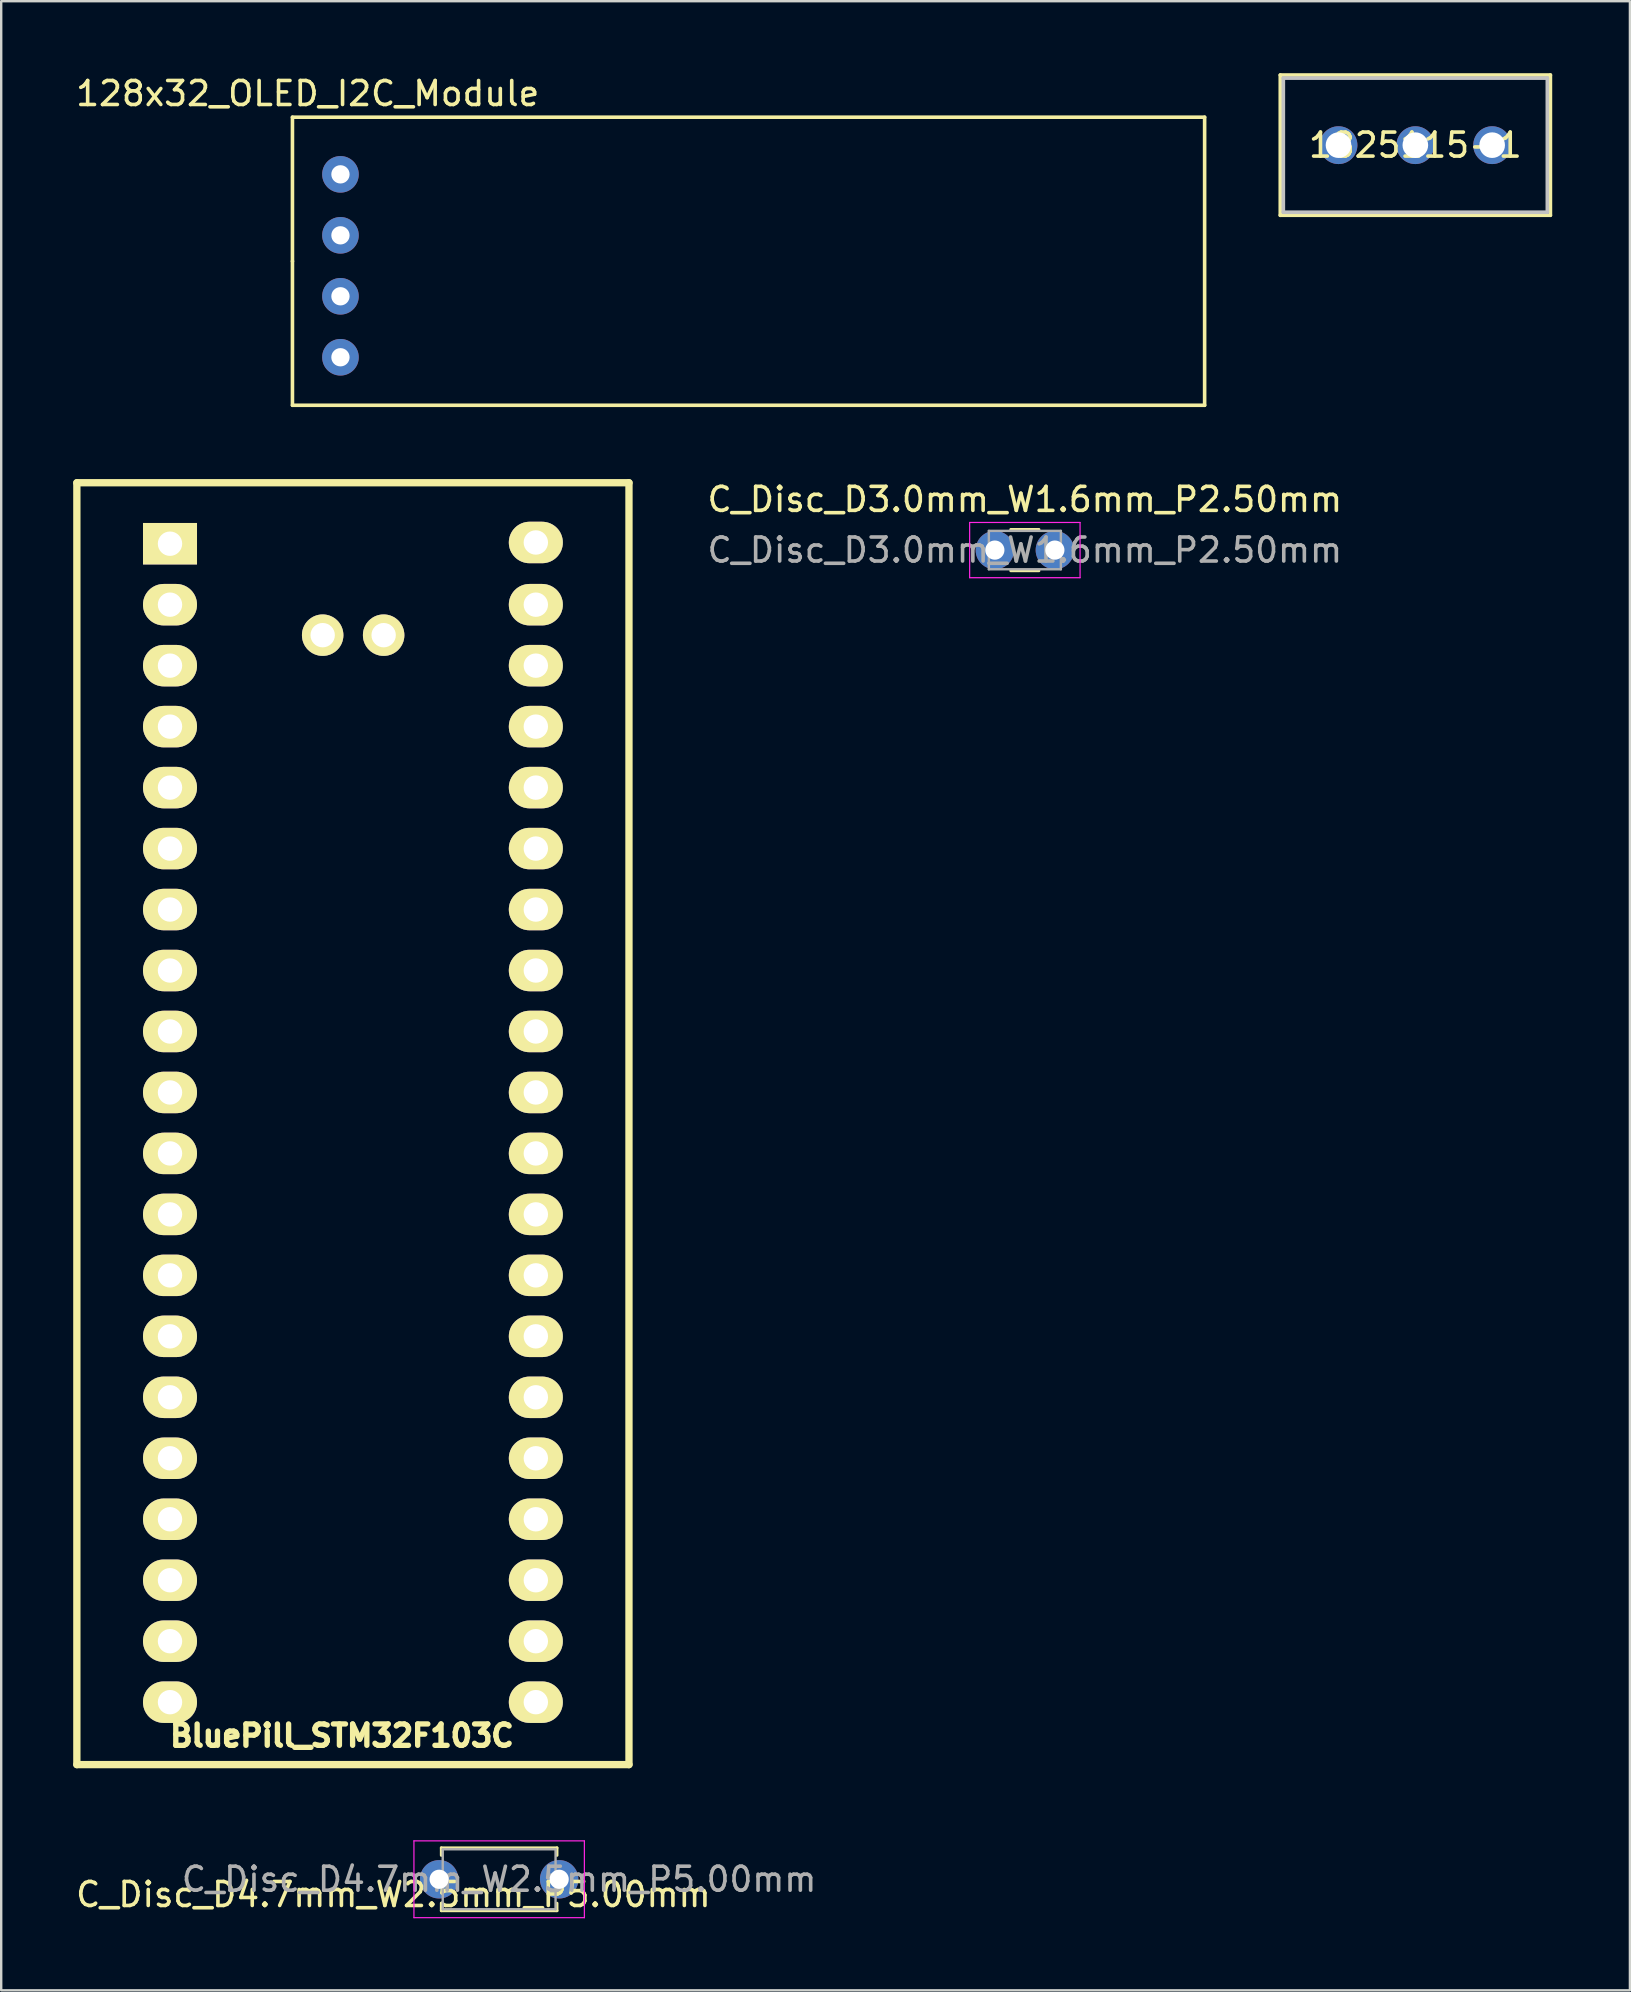
<source format=kicad_pcb>
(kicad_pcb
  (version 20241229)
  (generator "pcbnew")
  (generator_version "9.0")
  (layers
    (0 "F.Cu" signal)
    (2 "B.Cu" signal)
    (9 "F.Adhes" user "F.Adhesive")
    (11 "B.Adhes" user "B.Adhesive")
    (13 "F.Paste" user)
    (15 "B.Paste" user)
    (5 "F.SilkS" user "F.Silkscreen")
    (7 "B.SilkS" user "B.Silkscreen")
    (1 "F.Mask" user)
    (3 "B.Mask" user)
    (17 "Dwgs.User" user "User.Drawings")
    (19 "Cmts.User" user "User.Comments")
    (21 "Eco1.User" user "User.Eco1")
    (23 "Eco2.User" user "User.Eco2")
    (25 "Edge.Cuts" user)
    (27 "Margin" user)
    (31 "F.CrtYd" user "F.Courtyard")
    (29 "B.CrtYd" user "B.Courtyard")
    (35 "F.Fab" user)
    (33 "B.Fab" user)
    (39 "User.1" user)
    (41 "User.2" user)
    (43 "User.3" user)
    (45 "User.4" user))
  (footprint "BluePill_STM32F103C"
    (layer "F.Cu")
    (at 4.032 19.651)
    (property "Reference" "BluePill_STM32F103C" (at 7.163 49.606 180) (layer "F.SilkS") (effects (font (size 0.889 0.889) (thickness 0.305))))
    (attr through_hole)
    (fp_line (start -3.88 -2.59) (end 19.12 -2.59) (stroke (width 0.305) (type solid)) (layer "F.SilkS"))
    (fp_line (start -3.88 50.81) (end -3.88 -2.59) (stroke (width 0.305) (type solid)) (layer "F.SilkS"))
    (fp_line (start 19.12 -2.59) (end 19.12 50.81) (stroke (width 0.305) (type solid)) (layer "F.SilkS"))
    (fp_line (start 19.12 50.81) (end -3.88 50.81) (stroke (width 0.305) (type solid)) (layer "F.SilkS"))
    (pad "1" thru_hole rect (at 0 -0.051 270) (size 1.727 2.25) (drill 1.016) (layers "*.Cu" "*.Mask" "F.SilkS"))
    (pad "2" thru_hole oval (at 0 2.489 270) (size 1.727 2.25) (drill 1.016) (layers "*.Cu" "*.Mask" "F.SilkS"))
    (pad "3" thru_hole oval (at 0 5.029 270) (size 1.727 2.25) (drill 1.016) (layers "*.Cu" "*.Mask" "F.SilkS"))
    (pad "4" thru_hole oval (at 0 7.569 270) (size 1.727 2.25) (drill 1.016) (layers "*.Cu" "*.Mask" "F.SilkS"))
    (pad "5" thru_hole oval (at 0 10.109 270) (size 1.727 2.25) (drill 1.016) (layers "*.Cu" "*.Mask" "F.SilkS"))
    (pad "6" thru_hole oval (at 0 12.649 270) (size 1.727 2.25) (drill 1.016) (layers "*.Cu" "*.Mask" "F.SilkS"))
    (pad "7" thru_hole oval (at 0 15.189 270) (size 1.727 2.25) (drill 1.016) (layers "*.Cu" "*.Mask" "F.SilkS"))
    (pad "8" thru_hole oval (at 0 17.729 270) (size 1.727 2.25) (drill 1.016) (layers "*.Cu" "*.Mask" "F.SilkS"))
    (pad "9" thru_hole oval (at 0 20.269 270) (size 1.727 2.25) (drill 1.016) (layers "*.Cu" "*.Mask" "F.SilkS"))
    (pad "10" thru_hole oval (at 0 22.809 270) (size 1.727 2.25) (drill 1.016) (layers "*.Cu" "*.Mask" "F.SilkS"))
    (pad "11" thru_hole oval (at 0 25.349 270) (size 1.727 2.25) (drill 1.016) (layers "*.Cu" "*.Mask" "F.SilkS"))
    (pad "12" thru_hole oval (at 0 27.889 270) (size 1.727 2.25) (drill 1.016) (layers "*.Cu" "*.Mask" "F.SilkS"))
    (pad "13" thru_hole oval (at 0 30.429 270) (size 1.727 2.25) (drill 1.016) (layers "*.Cu" "*.Mask" "F.SilkS"))
    (pad "14" thru_hole oval (at 0 32.969 270) (size 1.727 2.25) (drill 1.016) (layers "*.Cu" "*.Mask" "F.SilkS"))
    (pad "15" thru_hole oval (at 0 35.509 270) (size 1.727 2.25) (drill 1.016) (layers "*.Cu" "*.Mask" "F.SilkS"))
    (pad "16" thru_hole oval (at 0 38.049 270) (size 1.727 2.25) (drill 1.016) (layers "*.Cu" "*.Mask" "F.SilkS"))
    (pad "17" thru_hole oval (at 0 40.589 270) (size 1.727 2.25) (drill 1.016) (layers "*.Cu" "*.Mask" "F.SilkS"))
    (pad "18" thru_hole oval (at 0 43.129 270) (size 1.727 2.25) (drill 1.016) (layers "*.Cu" "*.Mask" "F.SilkS"))
    (pad "19" thru_hole oval (at 0 45.669 270) (size 1.727 2.25) (drill 1.016) (layers "*.Cu" "*.Mask" "F.SilkS"))
    (pad "20" thru_hole oval (at 0 48.209 270) (size 1.727 2.25) (drill 1.016) (layers "*.Cu" "*.Mask" "F.SilkS"))
    (pad "21" thru_hole oval (at 15.24 48.209 90) (size 1.727 2.25) (drill 1.016) (layers "*.Cu" "*.Mask" "F.SilkS"))
    (pad "22" thru_hole oval (at 15.24 45.669 90) (size 1.727 2.25) (drill 1.016) (layers "*.Cu" "*.Mask" "F.SilkS"))
    (pad "23" thru_hole oval (at 15.24 43.129 90) (size 1.727 2.25) (drill 1.016) (layers "*.Cu" "*.Mask" "F.SilkS"))
    (pad "24" thru_hole oval (at 15.24 40.589 90) (size 1.727 2.25) (drill 1.016) (layers "*.Cu" "*.Mask" "F.SilkS"))
    (pad "25" thru_hole oval (at 15.24 38.049 90) (size 1.727 2.25) (drill 1.016) (layers "*.Cu" "*.Mask" "F.SilkS"))
    (pad "26" thru_hole oval (at 15.24 35.509 90) (size 1.727 2.25) (drill 1.016) (layers "*.Cu" "*.Mask" "F.SilkS"))
    (pad "27" thru_hole oval (at 15.24 32.969 90) (size 1.727 2.25) (drill 1.016) (layers "*.Cu" "*.Mask" "F.SilkS"))
    (pad "28" thru_hole oval (at 15.24 30.429 90) (size 1.727 2.25) (drill 1.016) (layers "*.Cu" "*.Mask" "F.SilkS"))
    (pad "29" thru_hole oval (at 15.24 27.889 90) (size 1.727 2.25) (drill 1.016) (layers "*.Cu" "*.Mask" "F.SilkS"))
    (pad "30" thru_hole oval (at 15.24 25.349 90) (size 1.727 2.25) (drill 1.016) (layers "*.Cu" "*.Mask" "F.SilkS"))
    (pad "31" thru_hole oval (at 15.24 22.809 90) (size 1.727 2.25) (drill 1.016) (layers "*.Cu" "*.Mask" "F.SilkS"))
    (pad "32" thru_hole oval (at 15.24 20.269 90) (size 1.727 2.25) (drill 1.016) (layers "*.Cu" "*.Mask" "F.SilkS"))
    (pad "33" thru_hole oval (at 15.24 17.729 90) (size 1.727 2.25) (drill 1.016) (layers "*.Cu" "*.Mask" "F.SilkS"))
    (pad "34" thru_hole oval (at 15.24 15.189 90) (size 1.727 2.25) (drill 1.016) (layers "*.Cu" "*.Mask" "F.SilkS"))
    (pad "35" thru_hole oval (at 15.24 12.649 90) (size 1.727 2.25) (drill 1.016) (layers "*.Cu" "*.Mask" "F.SilkS"))
    (pad "36" thru_hole oval (at 15.24 10.109 90) (size 1.727 2.25) (drill 1.016) (layers "*.Cu" "*.Mask" "F.SilkS"))
    (pad "37" thru_hole oval (at 15.24 7.569 90) (size 1.727 2.25) (drill 1.016) (layers "*.Cu" "*.Mask" "F.SilkS"))
    (pad "38" thru_hole oval (at 15.24 5.029 90) (size 1.727 2.25) (drill 1.016) (layers "*.Cu" "*.Mask" "F.SilkS"))
    (pad "39" thru_hole oval (at 15.24 2.489 90) (size 1.727 2.25) (drill 1.016) (layers "*.Cu" "*.Mask" "F.SilkS"))
    (pad "40" thru_hole oval (at 15.24 -0.102 90) (size 1.727 2.25) (drill 1.016) (layers "*.Cu" "*.Mask" "F.SilkS"))
    (pad "41" thru_hole oval (at 8.9 3.759 90) (size 1.727 1.727) (drill 1.016) (layers "*.Cu" "*.Mask" "F.SilkS"))
    (pad "42" thru_hole oval (at 6.36 3.759 90) (size 1.727 1.727) (drill 1.016) (layers "*.Cu" "*.Mask" "F.SilkS")))
  (footprint "C_Disc_D3.0mm_W1.6mm_P2.50mm"
    (layer "F.Cu")
    (at 38.394 19.866)
    (property "Reference" "C_Disc_D3.0mm_W1.6mm_P2.50mm" (at 1.25 -2.11 0) (layer "F.SilkS") (effects (font (size 1 1) (thickness 0.15))))
    (attr through_hole)
    (fp_line (start 0.663 -0.861) (end 1.837 -0.861) (stroke (width 0.12) (type solid)) (layer "F.SilkS"))
    (fp_line (start 0.663 0.861) (end 1.837 0.861) (stroke (width 0.12) (type solid)) (layer "F.SilkS"))
    (fp_line (start -1.05 -1.15) (end -1.05 1.15) (stroke (width 0.05) (type solid)) (layer "F.CrtYd"))
    (fp_line (start -1.05 1.15) (end 3.55 1.15) (stroke (width 0.05) (type solid)) (layer "F.CrtYd"))
    (fp_line (start 3.55 -1.15) (end -1.05 -1.15) (stroke (width 0.05) (type solid)) (layer "F.CrtYd"))
    (fp_line (start 3.55 1.15) (end 3.55 -1.15) (stroke (width 0.05) (type solid)) (layer "F.CrtYd"))
    (fp_line (start -0.25 -0.8) (end -0.25 0.8) (stroke (width 0.1) (type solid)) (layer "F.Fab"))
    (fp_line (start -0.25 0.8) (end 2.75 0.8) (stroke (width 0.1) (type solid)) (layer "F.Fab"))
    (fp_line (start 2.75 -0.8) (end -0.25 -0.8) (stroke (width 0.1) (type solid)) (layer "F.Fab"))
    (fp_line (start 2.75 0.8) (end 2.75 -0.8) (stroke (width 0.1) (type solid)) (layer "F.Fab"))
    (fp_text user "${REFERENCE}" (at 1.25 0 0) (layer "F.Fab") (effects (font (size 1 1) (thickness 0.15))))
    (pad "1" thru_hole circle (at 0 0) (size 1.6 1.6) (drill 0.8) (layers "*.Cu" "*.Mask"))
    (pad "2" thru_hole circle (at 2.5 0) (size 1.6 1.6) (drill 0.8) (layers "*.Cu" "*.Mask")))
  (footprint "128x32_OLED_I2C_Module"
    (layer "F.Cu")
    (at 9.133 7.833)
    (property "Reference" "128x32_OLED_I2C_Module" (at 0.635 -6.985 0) (layer "F.SilkS") (effects (font (size 1 1) (thickness 0.15))))
    (attr through_hole)
    (fp_line (start 0 -6) (end 38 -6) (stroke (width 0.15) (type solid)) (layer "F.SilkS"))
    (fp_line (start 0 0) (end 0 -6) (stroke (width 0.15) (type solid)) (layer "F.SilkS"))
    (fp_line (start 0 0) (end 0 6) (stroke (width 0.15) (type solid)) (layer "F.SilkS"))
    (fp_line (start 0 6) (end 38 6) (stroke (width 0.15) (type solid)) (layer "F.SilkS"))
    (fp_line (start 38 6) (end 38 -6) (stroke (width 0.15) (type solid)) (layer "F.SilkS"))
    (pad "1" thru_hole circle (at 2 4) (size 1.524 1.524) (drill 0.762) (layers "*.Cu" "*.Mask"))
    (pad "2" thru_hole circle (at 2 1.46) (size 1.524 1.524) (drill 0.762) (layers "*.Cu" "*.Mask"))
    (pad "3" thru_hole circle (at 2 -1.08) (size 1.524 1.524) (drill 0.762) (layers "*.Cu" "*.Mask"))
    (pad "4" thru_hole circle (at 2 -3.62) (size 1.524 1.524) (drill 0.762) (layers "*.Cu" "*.Mask")))
  (footprint "C_Disc_D4.7mm_W2.5mm_P5.00mm"
    (layer "F.Cu")
    (at 15.244 75.238)
    (property "Reference" "C_Disc_D4.7mm_W2.5mm_P5.00mm" (at -1.905 0.635 0) (layer "F.SilkS") (effects (font (size 1 1) (thickness 0.15))))
    (attr through_hole)
    (fp_line (start 0.09 -1.31) (end 0.09 -0.996) (stroke (width 0.12) (type solid)) (layer "F.SilkS"))
    (fp_line (start 0.09 -1.31) (end 4.91 -1.31) (stroke (width 0.12) (type solid)) (layer "F.SilkS"))
    (fp_line (start 0.09 0.996) (end 0.09 1.31) (stroke (width 0.12) (type solid)) (layer "F.SilkS"))
    (fp_line (start 0.09 1.31) (end 4.91 1.31) (stroke (width 0.12) (type solid)) (layer "F.SilkS"))
    (fp_line (start 4.91 -1.31) (end 4.91 -0.996) (stroke (width 0.12) (type solid)) (layer "F.SilkS"))
    (fp_line (start 4.91 0.996) (end 4.91 1.31) (stroke (width 0.12) (type solid)) (layer "F.SilkS"))
    (fp_line (start -1.05 -1.6) (end -1.05 1.6) (stroke (width 0.05) (type solid)) (layer "F.CrtYd"))
    (fp_line (start -1.05 1.6) (end 6.05 1.6) (stroke (width 0.05) (type solid)) (layer "F.CrtYd"))
    (fp_line (start 6.05 -1.6) (end -1.05 -1.6) (stroke (width 0.05) (type solid)) (layer "F.CrtYd"))
    (fp_line (start 6.05 1.6) (end 6.05 -1.6) (stroke (width 0.05) (type solid)) (layer "F.CrtYd"))
    (fp_line (start 0.15 -1.25) (end 0.15 1.25) (stroke (width 0.1) (type solid)) (layer "F.Fab"))
    (fp_line (start 0.15 1.25) (end 4.85 1.25) (stroke (width 0.1) (type solid)) (layer "F.Fab"))
    (fp_line (start 4.85 -1.25) (end 0.15 -1.25) (stroke (width 0.1) (type solid)) (layer "F.Fab"))
    (fp_line (start 4.85 1.25) (end 4.85 -1.25) (stroke (width 0.1) (type solid)) (layer "F.Fab"))
    (fp_text user "${REFERENCE}" (at 2.5 0 0) (layer "F.Fab") (effects (font (size 1 1) (thickness 0.15))))
    (pad "1" thru_hole circle (at 0 0) (size 1.6 1.6) (drill 0.8) (layers "*.Cu" "*.Mask"))
    (pad "2" thru_hole circle (at 5 0) (size 1.6 1.6) (drill 0.8) (layers "*.Cu" "*.Mask")))
  (footprint "1825115-1"
    (layer "F.Cu")
    (at 59.111 2.997)
    (property "Reference" "1825115-1" (at -3.2 0 0) (layer "F.SilkS") (effects (font (size 1 1) (thickness 0.15))))
    (attr through_hole)
    (fp_line (start -8.826 -2.921) (end -8.826 2.921) (stroke (width 0.152) (type solid)) (layer "F.SilkS"))
    (fp_line (start -8.826 2.921) (end 2.426 2.921) (stroke (width 0.152) (type solid)) (layer "F.SilkS"))
    (fp_line (start 2.426 -2.921) (end -8.826 -2.921) (stroke (width 0.152) (type solid)) (layer "F.SilkS"))
    (fp_line (start 2.426 2.921) (end 2.426 -2.921) (stroke (width 0.152) (type solid)) (layer "F.SilkS"))
    (fp_line (start -8.7 -2.794) (end -8.7 2.794) (stroke (width 0.152) (type solid)) (layer "Dwgs.User"))
    (fp_line (start -8.7 2.794) (end 2.299 2.794) (stroke (width 0.152) (type solid)) (layer "Dwgs.User"))
    (fp_line (start 2.299 -2.794) (end -8.7 -2.794) (stroke (width 0.152) (type solid)) (layer "Dwgs.User"))
    (fp_line (start 2.299 2.794) (end 2.299 -2.794) (stroke (width 0.152) (type solid)) (layer "Dwgs.User"))
    (fp_text user "Copyright 2016 Accelerated Designs. All rights reserved." (at 0 0 0) (layer "Cmts.User") (effects (font (size 0.127 0.127) (thickness 0.002))))
    (pad "1" thru_hole circle (at -6.401 0) (size 1.575 1.575) (drill 1.067) (layers "*.Cu" "*.Mask"))
    (pad "2" thru_hole circle (at -3.2 0) (size 1.575 1.575) (drill 1.067) (layers "*.Cu" "*.Mask"))
    (pad "3" thru_hole circle (at 0 0) (size 1.575 1.575) (drill 1.067) (layers "*.Cu" "*.Mask")))
  (gr_rect
    (start -3 -3)
    (end 64.85 79.863)
    (stroke (width 0.1) (type default))
    (fill no)
    (layer "Edge.Cuts")))
</source>
